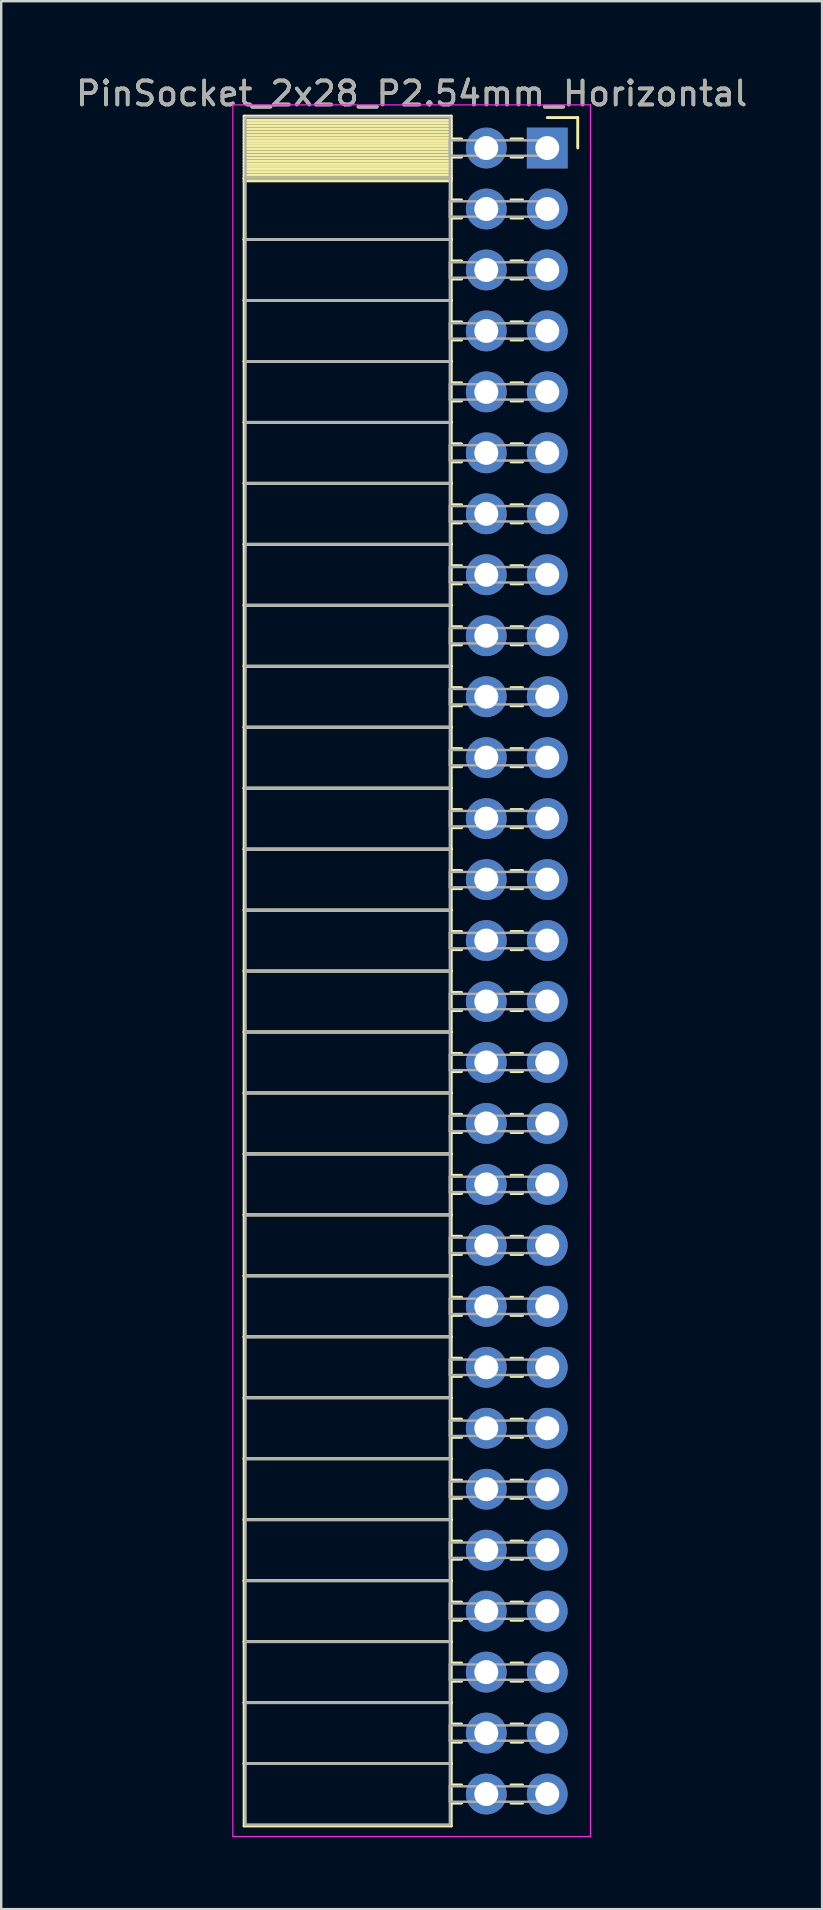
<source format=kicad_pcb>
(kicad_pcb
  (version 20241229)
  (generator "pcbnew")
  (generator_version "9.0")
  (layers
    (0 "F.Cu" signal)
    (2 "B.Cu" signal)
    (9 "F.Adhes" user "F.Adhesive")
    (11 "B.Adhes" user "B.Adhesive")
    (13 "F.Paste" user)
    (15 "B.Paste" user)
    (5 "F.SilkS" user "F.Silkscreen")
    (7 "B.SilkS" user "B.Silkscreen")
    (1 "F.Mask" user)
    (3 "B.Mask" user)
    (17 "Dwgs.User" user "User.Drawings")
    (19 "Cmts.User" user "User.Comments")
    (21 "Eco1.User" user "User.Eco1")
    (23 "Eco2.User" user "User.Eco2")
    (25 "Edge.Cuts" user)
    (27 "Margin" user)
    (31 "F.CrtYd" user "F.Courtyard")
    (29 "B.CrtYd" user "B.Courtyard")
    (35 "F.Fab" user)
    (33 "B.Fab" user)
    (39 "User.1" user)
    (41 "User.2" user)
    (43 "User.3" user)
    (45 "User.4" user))
  (footprint "PinSocket_2x28_P2.54mm_Horizontal"
    (layer "F.Cu")
    (at 19.751 3.118)
    (property "Reference" "PinSocket_2x28_P2.54mm_Horizontal" (at -5.65 -2.27 0) (layer "F.SilkS") (effects (font (size 1 1) (thickness 0.15))))
    (attr through_hole)
    (fp_line (start -12.63 -1.33) (end -4 -1.33) (stroke (width 0.12) (type solid)) (layer "F.SilkS"))
    (fp_line (start -12.63 1.27) (end -12.63 -1.33) (stroke (width 0.12) (type solid)) (layer "F.SilkS"))
    (fp_line (start -12.63 1.27) (end -4 1.27) (stroke (width 0.12) (type solid)) (layer "F.SilkS"))
    (fp_line (start -12.63 3.81) (end -12.63 1.27) (stroke (width 0.12) (type solid)) (layer "F.SilkS"))
    (fp_line (start -12.63 3.81) (end -4 3.81) (stroke (width 0.12) (type solid)) (layer "F.SilkS"))
    (fp_line (start -12.63 6.35) (end -12.63 3.81) (stroke (width 0.12) (type solid)) (layer "F.SilkS"))
    (fp_line (start -12.63 6.35) (end -4 6.35) (stroke (width 0.12) (type solid)) (layer "F.SilkS"))
    (fp_line (start -12.63 8.89) (end -12.63 6.35) (stroke (width 0.12) (type solid)) (layer "F.SilkS"))
    (fp_line (start -12.63 8.89) (end -4 8.89) (stroke (width 0.12) (type solid)) (layer "F.SilkS"))
    (fp_line (start -12.63 11.43) (end -12.63 8.89) (stroke (width 0.12) (type solid)) (layer "F.SilkS"))
    (fp_line (start -12.63 11.43) (end -4 11.43) (stroke (width 0.12) (type solid)) (layer "F.SilkS"))
    (fp_line (start -12.63 13.97) (end -12.63 11.43) (stroke (width 0.12) (type solid)) (layer "F.SilkS"))
    (fp_line (start -12.63 13.97) (end -4 13.97) (stroke (width 0.12) (type solid)) (layer "F.SilkS"))
    (fp_line (start -12.63 16.51) (end -12.63 13.97) (stroke (width 0.12) (type solid)) (layer "F.SilkS"))
    (fp_line (start -12.63 16.51) (end -4 16.51) (stroke (width 0.12) (type solid)) (layer "F.SilkS"))
    (fp_line (start -12.63 19.05) (end -12.63 16.51) (stroke (width 0.12) (type solid)) (layer "F.SilkS"))
    (fp_line (start -12.63 19.05) (end -4 19.05) (stroke (width 0.12) (type solid)) (layer "F.SilkS"))
    (fp_line (start -12.63 21.59) (end -12.63 19.05) (stroke (width 0.12) (type solid)) (layer "F.SilkS"))
    (fp_line (start -12.63 21.59) (end -4 21.59) (stroke (width 0.12) (type solid)) (layer "F.SilkS"))
    (fp_line (start -12.63 24.13) (end -12.63 21.59) (stroke (width 0.12) (type solid)) (layer "F.SilkS"))
    (fp_line (start -12.63 24.13) (end -4 24.13) (stroke (width 0.12) (type solid)) (layer "F.SilkS"))
    (fp_line (start -12.63 26.67) (end -12.63 24.13) (stroke (width 0.12) (type solid)) (layer "F.SilkS"))
    (fp_line (start -12.63 26.67) (end -4 26.67) (stroke (width 0.12) (type solid)) (layer "F.SilkS"))
    (fp_line (start -12.63 29.21) (end -12.63 26.67) (stroke (width 0.12) (type solid)) (layer "F.SilkS"))
    (fp_line (start -12.63 29.21) (end -4 29.21) (stroke (width 0.12) (type solid)) (layer "F.SilkS"))
    (fp_line (start -12.63 31.75) (end -12.63 29.21) (stroke (width 0.12) (type solid)) (layer "F.SilkS"))
    (fp_line (start -12.63 31.75) (end -4 31.75) (stroke (width 0.12) (type solid)) (layer "F.SilkS"))
    (fp_line (start -12.63 34.29) (end -12.63 31.75) (stroke (width 0.12) (type solid)) (layer "F.SilkS"))
    (fp_line (start -12.63 34.29) (end -4 34.29) (stroke (width 0.12) (type solid)) (layer "F.SilkS"))
    (fp_line (start -12.63 36.83) (end -12.63 34.29) (stroke (width 0.12) (type solid)) (layer "F.SilkS"))
    (fp_line (start -12.63 36.83) (end -4 36.83) (stroke (width 0.12) (type solid)) (layer "F.SilkS"))
    (fp_line (start -12.63 39.37) (end -12.63 36.83) (stroke (width 0.12) (type solid)) (layer "F.SilkS"))
    (fp_line (start -12.63 39.37) (end -4 39.37) (stroke (width 0.12) (type solid)) (layer "F.SilkS"))
    (fp_line (start -12.63 41.91) (end -12.63 39.37) (stroke (width 0.12) (type solid)) (layer "F.SilkS"))
    (fp_line (start -12.63 41.91) (end -4 41.91) (stroke (width 0.12) (type solid)) (layer "F.SilkS"))
    (fp_line (start -12.63 44.45) (end -12.63 41.91) (stroke (width 0.12) (type solid)) (layer "F.SilkS"))
    (fp_line (start -12.63 44.45) (end -4 44.45) (stroke (width 0.12) (type solid)) (layer "F.SilkS"))
    (fp_line (start -12.63 46.99) (end -12.63 44.45) (stroke (width 0.12) (type solid)) (layer "F.SilkS"))
    (fp_line (start -12.63 46.99) (end -4 46.99) (stroke (width 0.12) (type solid)) (layer "F.SilkS"))
    (fp_line (start -12.63 49.53) (end -12.63 46.99) (stroke (width 0.12) (type solid)) (layer "F.SilkS"))
    (fp_line (start -12.63 49.53) (end -4 49.53) (stroke (width 0.12) (type solid)) (layer "F.SilkS"))
    (fp_line (start -12.63 52.07) (end -12.63 49.53) (stroke (width 0.12) (type solid)) (layer "F.SilkS"))
    (fp_line (start -12.63 52.07) (end -4 52.07) (stroke (width 0.12) (type solid)) (layer "F.SilkS"))
    (fp_line (start -12.63 54.61) (end -12.63 52.07) (stroke (width 0.12) (type solid)) (layer "F.SilkS"))
    (fp_line (start -12.63 54.61) (end -4 54.61) (stroke (width 0.12) (type solid)) (layer "F.SilkS"))
    (fp_line (start -12.63 57.15) (end -12.63 54.61) (stroke (width 0.12) (type solid)) (layer "F.SilkS"))
    (fp_line (start -12.63 57.15) (end -4 57.15) (stroke (width 0.12) (type solid)) (layer "F.SilkS"))
    (fp_line (start -12.63 59.69) (end -12.63 57.15) (stroke (width 0.12) (type solid)) (layer "F.SilkS"))
    (fp_line (start -12.63 59.69) (end -4 59.69) (stroke (width 0.12) (type solid)) (layer "F.SilkS"))
    (fp_line (start -12.63 62.23) (end -12.63 59.69) (stroke (width 0.12) (type solid)) (layer "F.SilkS"))
    (fp_line (start -12.63 62.23) (end -4 62.23) (stroke (width 0.12) (type solid)) (layer "F.SilkS"))
    (fp_line (start -12.63 64.77) (end -12.63 62.23) (stroke (width 0.12) (type solid)) (layer "F.SilkS"))
    (fp_line (start -12.63 64.77) (end -4 64.77) (stroke (width 0.12) (type solid)) (layer "F.SilkS"))
    (fp_line (start -12.63 67.31) (end -12.63 64.77) (stroke (width 0.12) (type solid)) (layer "F.SilkS"))
    (fp_line (start -12.63 67.31) (end -4 67.31) (stroke (width 0.12) (type solid)) (layer "F.SilkS"))
    (fp_line (start -12.63 69.91) (end -12.63 67.31) (stroke (width 0.12) (type solid)) (layer "F.SilkS"))
    (fp_line (start -4 -1.33) (end -4 1.27) (stroke (width 0.12) (type solid)) (layer "F.SilkS"))
    (fp_line (start -4 -1.15) (end -12.63 -1.15) (stroke (width 0.12) (type solid)) (layer "F.SilkS"))
    (fp_line (start -4 -1.03) (end -12.63 -1.03) (stroke (width 0.12) (type solid)) (layer "F.SilkS"))
    (fp_line (start -4 -0.91) (end -12.63 -0.91) (stroke (width 0.12) (type solid)) (layer "F.SilkS"))
    (fp_line (start -4 -0.79) (end -12.63 -0.79) (stroke (width 0.12) (type solid)) (layer "F.SilkS"))
    (fp_line (start -4 -0.67) (end -12.63 -0.67) (stroke (width 0.12) (type solid)) (layer "F.SilkS"))
    (fp_line (start -4 -0.55) (end -12.63 -0.55) (stroke (width 0.12) (type solid)) (layer "F.SilkS"))
    (fp_line (start -4 -0.43) (end -12.63 -0.43) (stroke (width 0.12) (type solid)) (layer "F.SilkS"))
    (fp_line (start -4 -0.31) (end -12.63 -0.31) (stroke (width 0.12) (type solid)) (layer "F.SilkS"))
    (fp_line (start -4 -0.19) (end -12.63 -0.19) (stroke (width 0.12) (type solid)) (layer "F.SilkS"))
    (fp_line (start -4 -0.07) (end -12.63 -0.07) (stroke (width 0.12) (type solid)) (layer "F.SilkS"))
    (fp_line (start -4 0.05) (end -12.63 0.05) (stroke (width 0.12) (type solid)) (layer "F.SilkS"))
    (fp_line (start -4 0.17) (end -12.63 0.17) (stroke (width 0.12) (type solid)) (layer "F.SilkS"))
    (fp_line (start -4 0.29) (end -12.63 0.29) (stroke (width 0.12) (type solid)) (layer "F.SilkS"))
    (fp_line (start -4 0.41) (end -12.63 0.41) (stroke (width 0.12) (type solid)) (layer "F.SilkS"))
    (fp_line (start -4 0.53) (end -12.63 0.53) (stroke (width 0.12) (type solid)) (layer "F.SilkS"))
    (fp_line (start -4 0.65) (end -12.63 0.65) (stroke (width 0.12) (type solid)) (layer "F.SilkS"))
    (fp_line (start -4 0.77) (end -12.63 0.77) (stroke (width 0.12) (type solid)) (layer "F.SilkS"))
    (fp_line (start -4 0.89) (end -12.63 0.89) (stroke (width 0.12) (type solid)) (layer "F.SilkS"))
    (fp_line (start -4 1.01) (end -12.63 1.01) (stroke (width 0.12) (type solid)) (layer "F.SilkS"))
    (fp_line (start -4 1.13) (end -12.63 1.13) (stroke (width 0.12) (type solid)) (layer "F.SilkS"))
    (fp_line (start -4 1.25) (end -12.63 1.25) (stroke (width 0.12) (type solid)) (layer "F.SilkS"))
    (fp_line (start -4 1.27) (end -12.63 1.27) (stroke (width 0.12) (type solid)) (layer "F.SilkS"))
    (fp_line (start -4 1.27) (end -4 3.81) (stroke (width 0.12) (type solid)) (layer "F.SilkS"))
    (fp_line (start -4 1.37) (end -12.63 1.37) (stroke (width 0.12) (type solid)) (layer "F.SilkS"))
    (fp_line (start -4 3.81) (end -12.63 3.81) (stroke (width 0.12) (type solid)) (layer "F.SilkS"))
    (fp_line (start -4 3.81) (end -4 6.35) (stroke (width 0.12) (type solid)) (layer "F.SilkS"))
    (fp_line (start -4 6.35) (end -12.63 6.35) (stroke (width 0.12) (type solid)) (layer "F.SilkS"))
    (fp_line (start -4 6.35) (end -4 8.89) (stroke (width 0.12) (type solid)) (layer "F.SilkS"))
    (fp_line (start -4 8.89) (end -12.63 8.89) (stroke (width 0.12) (type solid)) (layer "F.SilkS"))
    (fp_line (start -4 8.89) (end -4 11.43) (stroke (width 0.12) (type solid)) (layer "F.SilkS"))
    (fp_line (start -4 11.43) (end -12.63 11.43) (stroke (width 0.12) (type solid)) (layer "F.SilkS"))
    (fp_line (start -4 11.43) (end -4 13.97) (stroke (width 0.12) (type solid)) (layer "F.SilkS"))
    (fp_line (start -4 13.97) (end -12.63 13.97) (stroke (width 0.12) (type solid)) (layer "F.SilkS"))
    (fp_line (start -4 13.97) (end -4 16.51) (stroke (width 0.12) (type solid)) (layer "F.SilkS"))
    (fp_line (start -4 16.51) (end -12.63 16.51) (stroke (width 0.12) (type solid)) (layer "F.SilkS"))
    (fp_line (start -4 16.51) (end -4 19.05) (stroke (width 0.12) (type solid)) (layer "F.SilkS"))
    (fp_line (start -4 19.05) (end -12.63 19.05) (stroke (width 0.12) (type solid)) (layer "F.SilkS"))
    (fp_line (start -4 19.05) (end -4 21.59) (stroke (width 0.12) (type solid)) (layer "F.SilkS"))
    (fp_line (start -4 21.59) (end -12.63 21.59) (stroke (width 0.12) (type solid)) (layer "F.SilkS"))
    (fp_line (start -4 21.59) (end -4 24.13) (stroke (width 0.12) (type solid)) (layer "F.SilkS"))
    (fp_line (start -4 24.13) (end -12.63 24.13) (stroke (width 0.12) (type solid)) (layer "F.SilkS"))
    (fp_line (start -4 24.13) (end -4 26.67) (stroke (width 0.12) (type solid)) (layer "F.SilkS"))
    (fp_line (start -4 26.67) (end -12.63 26.67) (stroke (width 0.12) (type solid)) (layer "F.SilkS"))
    (fp_line (start -4 26.67) (end -4 29.21) (stroke (width 0.12) (type solid)) (layer "F.SilkS"))
    (fp_line (start -4 29.21) (end -12.63 29.21) (stroke (width 0.12) (type solid)) (layer "F.SilkS"))
    (fp_line (start -4 29.21) (end -4 31.75) (stroke (width 0.12) (type solid)) (layer "F.SilkS"))
    (fp_line (start -4 31.75) (end -12.63 31.75) (stroke (width 0.12) (type solid)) (layer "F.SilkS"))
    (fp_line (start -4 31.75) (end -4 34.29) (stroke (width 0.12) (type solid)) (layer "F.SilkS"))
    (fp_line (start -4 34.29) (end -12.63 34.29) (stroke (width 0.12) (type solid)) (layer "F.SilkS"))
    (fp_line (start -4 34.29) (end -4 36.83) (stroke (width 0.12) (type solid)) (layer "F.SilkS"))
    (fp_line (start -4 36.83) (end -12.63 36.83) (stroke (width 0.12) (type solid)) (layer "F.SilkS"))
    (fp_line (start -4 36.83) (end -4 39.37) (stroke (width 0.12) (type solid)) (layer "F.SilkS"))
    (fp_line (start -4 39.37) (end -12.63 39.37) (stroke (width 0.12) (type solid)) (layer "F.SilkS"))
    (fp_line (start -4 39.37) (end -4 41.91) (stroke (width 0.12) (type solid)) (layer "F.SilkS"))
    (fp_line (start -4 41.91) (end -12.63 41.91) (stroke (width 0.12) (type solid)) (layer "F.SilkS"))
    (fp_line (start -4 41.91) (end -4 44.45) (stroke (width 0.12) (type solid)) (layer "F.SilkS"))
    (fp_line (start -4 44.45) (end -12.63 44.45) (stroke (width 0.12) (type solid)) (layer "F.SilkS"))
    (fp_line (start -4 44.45) (end -4 46.99) (stroke (width 0.12) (type solid)) (layer "F.SilkS"))
    (fp_line (start -4 46.99) (end -12.63 46.99) (stroke (width 0.12) (type solid)) (layer "F.SilkS"))
    (fp_line (start -4 46.99) (end -4 49.53) (stroke (width 0.12) (type solid)) (layer "F.SilkS"))
    (fp_line (start -4 49.53) (end -12.63 49.53) (stroke (width 0.12) (type solid)) (layer "F.SilkS"))
    (fp_line (start -4 49.53) (end -4 52.07) (stroke (width 0.12) (type solid)) (layer "F.SilkS"))
    (fp_line (start -4 52.07) (end -12.63 52.07) (stroke (width 0.12) (type solid)) (layer "F.SilkS"))
    (fp_line (start -4 52.07) (end -4 54.61) (stroke (width 0.12) (type solid)) (layer "F.SilkS"))
    (fp_line (start -4 54.61) (end -12.63 54.61) (stroke (width 0.12) (type solid)) (layer "F.SilkS"))
    (fp_line (start -4 54.61) (end -4 57.15) (stroke (width 0.12) (type solid)) (layer "F.SilkS"))
    (fp_line (start -4 57.15) (end -12.63 57.15) (stroke (width 0.12) (type solid)) (layer "F.SilkS"))
    (fp_line (start -4 57.15) (end -4 59.69) (stroke (width 0.12) (type solid)) (layer "F.SilkS"))
    (fp_line (start -4 59.69) (end -12.63 59.69) (stroke (width 0.12) (type solid)) (layer "F.SilkS"))
    (fp_line (start -4 59.69) (end -4 62.23) (stroke (width 0.12) (type solid)) (layer "F.SilkS"))
    (fp_line (start -4 62.23) (end -12.63 62.23) (stroke (width 0.12) (type solid)) (layer "F.SilkS"))
    (fp_line (start -4 62.23) (end -4 64.77) (stroke (width 0.12) (type solid)) (layer "F.SilkS"))
    (fp_line (start -4 64.77) (end -12.63 64.77) (stroke (width 0.12) (type solid)) (layer "F.SilkS"))
    (fp_line (start -4 64.77) (end -4 67.31) (stroke (width 0.12) (type solid)) (layer "F.SilkS"))
    (fp_line (start -4 67.31) (end -12.63 67.31) (stroke (width 0.12) (type solid)) (layer "F.SilkS"))
    (fp_line (start -4 67.31) (end -4 69.91) (stroke (width 0.12) (type solid)) (layer "F.SilkS"))
    (fp_line (start -4 69.91) (end -12.63 69.91) (stroke (width 0.12) (type solid)) (layer "F.SilkS"))
    (fp_line (start -3.57 -0.38) (end -4 -0.38) (stroke (width 0.12) (type solid)) (layer "F.SilkS"))
    (fp_line (start -3.57 0.38) (end -4 0.38) (stroke (width 0.12) (type solid)) (layer "F.SilkS"))
    (fp_line (start -3.57 2.16) (end -4 2.16) (stroke (width 0.12) (type solid)) (layer "F.SilkS"))
    (fp_line (start -3.57 2.92) (end -4 2.92) (stroke (width 0.12) (type solid)) (layer "F.SilkS"))
    (fp_line (start -3.57 4.7) (end -4 4.7) (stroke (width 0.12) (type solid)) (layer "F.SilkS"))
    (fp_line (start -3.57 5.46) (end -4 5.46) (stroke (width 0.12) (type solid)) (layer "F.SilkS"))
    (fp_line (start -3.57 7.24) (end -4 7.24) (stroke (width 0.12) (type solid)) (layer "F.SilkS"))
    (fp_line (start -3.57 8) (end -4 8) (stroke (width 0.12) (type solid)) (layer "F.SilkS"))
    (fp_line (start -3.57 9.78) (end -4 9.78) (stroke (width 0.12) (type solid)) (layer "F.SilkS"))
    (fp_line (start -3.57 10.54) (end -4 10.54) (stroke (width 0.12) (type solid)) (layer "F.SilkS"))
    (fp_line (start -3.57 12.32) (end -4 12.32) (stroke (width 0.12) (type solid)) (layer "F.SilkS"))
    (fp_line (start -3.57 13.08) (end -4 13.08) (stroke (width 0.12) (type solid)) (layer "F.SilkS"))
    (fp_line (start -3.57 14.86) (end -4 14.86) (stroke (width 0.12) (type solid)) (layer "F.SilkS"))
    (fp_line (start -3.57 15.62) (end -4 15.62) (stroke (width 0.12) (type solid)) (layer "F.SilkS"))
    (fp_line (start -3.57 17.4) (end -4 17.4) (stroke (width 0.12) (type solid)) (layer "F.SilkS"))
    (fp_line (start -3.57 18.16) (end -4 18.16) (stroke (width 0.12) (type solid)) (layer "F.SilkS"))
    (fp_line (start -3.57 19.94) (end -4 19.94) (stroke (width 0.12) (type solid)) (layer "F.SilkS"))
    (fp_line (start -3.57 20.7) (end -4 20.7) (stroke (width 0.12) (type solid)) (layer "F.SilkS"))
    (fp_line (start -3.57 22.48) (end -4 22.48) (stroke (width 0.12) (type solid)) (layer "F.SilkS"))
    (fp_line (start -3.57 23.24) (end -4 23.24) (stroke (width 0.12) (type solid)) (layer "F.SilkS"))
    (fp_line (start -3.57 25.02) (end -4 25.02) (stroke (width 0.12) (type solid)) (layer "F.SilkS"))
    (fp_line (start -3.57 25.78) (end -4 25.78) (stroke (width 0.12) (type solid)) (layer "F.SilkS"))
    (fp_line (start -3.57 27.56) (end -4 27.56) (stroke (width 0.12) (type solid)) (layer "F.SilkS"))
    (fp_line (start -3.57 28.32) (end -4 28.32) (stroke (width 0.12) (type solid)) (layer "F.SilkS"))
    (fp_line (start -3.57 30.1) (end -4 30.1) (stroke (width 0.12) (type solid)) (layer "F.SilkS"))
    (fp_line (start -3.57 30.86) (end -4 30.86) (stroke (width 0.12) (type solid)) (layer "F.SilkS"))
    (fp_line (start -3.57 32.64) (end -4 32.64) (stroke (width 0.12) (type solid)) (layer "F.SilkS"))
    (fp_line (start -3.57 33.4) (end -4 33.4) (stroke (width 0.12) (type solid)) (layer "F.SilkS"))
    (fp_line (start -3.57 35.18) (end -4 35.18) (stroke (width 0.12) (type solid)) (layer "F.SilkS"))
    (fp_line (start -3.57 35.94) (end -4 35.94) (stroke (width 0.12) (type solid)) (layer "F.SilkS"))
    (fp_line (start -3.57 37.72) (end -4 37.72) (stroke (width 0.12) (type solid)) (layer "F.SilkS"))
    (fp_line (start -3.57 38.48) (end -4 38.48) (stroke (width 0.12) (type solid)) (layer "F.SilkS"))
    (fp_line (start -3.57 40.26) (end -4 40.26) (stroke (width 0.12) (type solid)) (layer "F.SilkS"))
    (fp_line (start -3.57 41.02) (end -4 41.02) (stroke (width 0.12) (type solid)) (layer "F.SilkS"))
    (fp_line (start -3.57 42.8) (end -4 42.8) (stroke (width 0.12) (type solid)) (layer "F.SilkS"))
    (fp_line (start -3.57 43.56) (end -4 43.56) (stroke (width 0.12) (type solid)) (layer "F.SilkS"))
    (fp_line (start -3.57 45.34) (end -4 45.34) (stroke (width 0.12) (type solid)) (layer "F.SilkS"))
    (fp_line (start -3.57 46.1) (end -4 46.1) (stroke (width 0.12) (type solid)) (layer "F.SilkS"))
    (fp_line (start -3.57 47.88) (end -4 47.88) (stroke (width 0.12) (type solid)) (layer "F.SilkS"))
    (fp_line (start -3.57 48.64) (end -4 48.64) (stroke (width 0.12) (type solid)) (layer "F.SilkS"))
    (fp_line (start -3.57 50.42) (end -4 50.42) (stroke (width 0.12) (type solid)) (layer "F.SilkS"))
    (fp_line (start -3.57 51.18) (end -4 51.18) (stroke (width 0.12) (type solid)) (layer "F.SilkS"))
    (fp_line (start -3.57 52.96) (end -4 52.96) (stroke (width 0.12) (type solid)) (layer "F.SilkS"))
    (fp_line (start -3.57 53.72) (end -4 53.72) (stroke (width 0.12) (type solid)) (layer "F.SilkS"))
    (fp_line (start -3.57 55.5) (end -4 55.5) (stroke (width 0.12) (type solid)) (layer "F.SilkS"))
    (fp_line (start -3.57 56.26) (end -4 56.26) (stroke (width 0.12) (type solid)) (layer "F.SilkS"))
    (fp_line (start -3.57 58.04) (end -4 58.04) (stroke (width 0.12) (type solid)) (layer "F.SilkS"))
    (fp_line (start -3.57 58.8) (end -4 58.8) (stroke (width 0.12) (type solid)) (layer "F.SilkS"))
    (fp_line (start -3.57 60.58) (end -4 60.58) (stroke (width 0.12) (type solid)) (layer "F.SilkS"))
    (fp_line (start -3.57 61.34) (end -4 61.34) (stroke (width 0.12) (type solid)) (layer "F.SilkS"))
    (fp_line (start -3.57 63.12) (end -4 63.12) (stroke (width 0.12) (type solid)) (layer "F.SilkS"))
    (fp_line (start -3.57 63.88) (end -4 63.88) (stroke (width 0.12) (type solid)) (layer "F.SilkS"))
    (fp_line (start -3.57 65.66) (end -4 65.66) (stroke (width 0.12) (type solid)) (layer "F.SilkS"))
    (fp_line (start -3.57 66.42) (end -4 66.42) (stroke (width 0.12) (type solid)) (layer "F.SilkS"))
    (fp_line (start -3.57 68.2) (end -4 68.2) (stroke (width 0.12) (type solid)) (layer "F.SilkS"))
    (fp_line (start -3.57 68.96) (end -4 68.96) (stroke (width 0.12) (type solid)) (layer "F.SilkS"))
    (fp_line (start -1.03 -0.38) (end -1.51 -0.38) (stroke (width 0.12) (type solid)) (layer "F.SilkS"))
    (fp_line (start -1.03 0.38) (end -1.51 0.38) (stroke (width 0.12) (type solid)) (layer "F.SilkS"))
    (fp_line (start -1.03 2.16) (end -1.51 2.16) (stroke (width 0.12) (type solid)) (layer "F.SilkS"))
    (fp_line (start -1.03 2.92) (end -1.51 2.92) (stroke (width 0.12) (type solid)) (layer "F.SilkS"))
    (fp_line (start -1.03 4.7) (end -1.51 4.7) (stroke (width 0.12) (type solid)) (layer "F.SilkS"))
    (fp_line (start -1.03 5.46) (end -1.51 5.46) (stroke (width 0.12) (type solid)) (layer "F.SilkS"))
    (fp_line (start -1.03 7.24) (end -1.51 7.24) (stroke (width 0.12) (type solid)) (layer "F.SilkS"))
    (fp_line (start -1.03 8) (end -1.51 8) (stroke (width 0.12) (type solid)) (layer "F.SilkS"))
    (fp_line (start -1.03 9.78) (end -1.51 9.78) (stroke (width 0.12) (type solid)) (layer "F.SilkS"))
    (fp_line (start -1.03 10.54) (end -1.51 10.54) (stroke (width 0.12) (type solid)) (layer "F.SilkS"))
    (fp_line (start -1.03 12.32) (end -1.51 12.32) (stroke (width 0.12) (type solid)) (layer "F.SilkS"))
    (fp_line (start -1.03 13.08) (end -1.51 13.08) (stroke (width 0.12) (type solid)) (layer "F.SilkS"))
    (fp_line (start -1.03 14.86) (end -1.51 14.86) (stroke (width 0.12) (type solid)) (layer "F.SilkS"))
    (fp_line (start -1.03 15.62) (end -1.51 15.62) (stroke (width 0.12) (type solid)) (layer "F.SilkS"))
    (fp_line (start -1.03 17.4) (end -1.51 17.4) (stroke (width 0.12) (type solid)) (layer "F.SilkS"))
    (fp_line (start -1.03 18.16) (end -1.51 18.16) (stroke (width 0.12) (type solid)) (layer "F.SilkS"))
    (fp_line (start -1.03 19.94) (end -1.51 19.94) (stroke (width 0.12) (type solid)) (layer "F.SilkS"))
    (fp_line (start -1.03 20.7) (end -1.51 20.7) (stroke (width 0.12) (type solid)) (layer "F.SilkS"))
    (fp_line (start -1.03 22.48) (end -1.51 22.48) (stroke (width 0.12) (type solid)) (layer "F.SilkS"))
    (fp_line (start -1.03 23.24) (end -1.51 23.24) (stroke (width 0.12) (type solid)) (layer "F.SilkS"))
    (fp_line (start -1.03 25.02) (end -1.51 25.02) (stroke (width 0.12) (type solid)) (layer "F.SilkS"))
    (fp_line (start -1.03 25.78) (end -1.51 25.78) (stroke (width 0.12) (type solid)) (layer "F.SilkS"))
    (fp_line (start -1.03 27.56) (end -1.51 27.56) (stroke (width 0.12) (type solid)) (layer "F.SilkS"))
    (fp_line (start -1.03 28.32) (end -1.51 28.32) (stroke (width 0.12) (type solid)) (layer "F.SilkS"))
    (fp_line (start -1.03 30.1) (end -1.51 30.1) (stroke (width 0.12) (type solid)) (layer "F.SilkS"))
    (fp_line (start -1.03 30.86) (end -1.51 30.86) (stroke (width 0.12) (type solid)) (layer "F.SilkS"))
    (fp_line (start -1.03 32.64) (end -1.51 32.64) (stroke (width 0.12) (type solid)) (layer "F.SilkS"))
    (fp_line (start -1.03 33.4) (end -1.51 33.4) (stroke (width 0.12) (type solid)) (layer "F.SilkS"))
    (fp_line (start -1.03 35.18) (end -1.51 35.18) (stroke (width 0.12) (type solid)) (layer "F.SilkS"))
    (fp_line (start -1.03 35.94) (end -1.51 35.94) (stroke (width 0.12) (type solid)) (layer "F.SilkS"))
    (fp_line (start -1.03 37.72) (end -1.51 37.72) (stroke (width 0.12) (type solid)) (layer "F.SilkS"))
    (fp_line (start -1.03 38.48) (end -1.51 38.48) (stroke (width 0.12) (type solid)) (layer "F.SilkS"))
    (fp_line (start -1.03 40.26) (end -1.51 40.26) (stroke (width 0.12) (type solid)) (layer "F.SilkS"))
    (fp_line (start -1.03 41.02) (end -1.51 41.02) (stroke (width 0.12) (type solid)) (layer "F.SilkS"))
    (fp_line (start -1.03 42.8) (end -1.51 42.8) (stroke (width 0.12) (type solid)) (layer "F.SilkS"))
    (fp_line (start -1.03 43.56) (end -1.51 43.56) (stroke (width 0.12) (type solid)) (layer "F.SilkS"))
    (fp_line (start -1.03 45.34) (end -1.51 45.34) (stroke (width 0.12) (type solid)) (layer "F.SilkS"))
    (fp_line (start -1.03 46.1) (end -1.51 46.1) (stroke (width 0.12) (type solid)) (layer "F.SilkS"))
    (fp_line (start -1.03 47.88) (end -1.51 47.88) (stroke (width 0.12) (type solid)) (layer "F.SilkS"))
    (fp_line (start -1.03 48.64) (end -1.51 48.64) (stroke (width 0.12) (type solid)) (layer "F.SilkS"))
    (fp_line (start -1.03 50.42) (end -1.51 50.42) (stroke (width 0.12) (type solid)) (layer "F.SilkS"))
    (fp_line (start -1.03 51.18) (end -1.51 51.18) (stroke (width 0.12) (type solid)) (layer "F.SilkS"))
    (fp_line (start -1.03 52.96) (end -1.51 52.96) (stroke (width 0.12) (type solid)) (layer "F.SilkS"))
    (fp_line (start -1.03 53.72) (end -1.51 53.72) (stroke (width 0.12) (type solid)) (layer "F.SilkS"))
    (fp_line (start -1.03 55.5) (end -1.51 55.5) (stroke (width 0.12) (type solid)) (layer "F.SilkS"))
    (fp_line (start -1.03 56.26) (end -1.51 56.26) (stroke (width 0.12) (type solid)) (layer "F.SilkS"))
    (fp_line (start -1.03 58.04) (end -1.51 58.04) (stroke (width 0.12) (type solid)) (layer "F.SilkS"))
    (fp_line (start -1.03 58.8) (end -1.51 58.8) (stroke (width 0.12) (type solid)) (layer "F.SilkS"))
    (fp_line (start -1.03 60.58) (end -1.51 60.58) (stroke (width 0.12) (type solid)) (layer "F.SilkS"))
    (fp_line (start -1.03 61.34) (end -1.51 61.34) (stroke (width 0.12) (type solid)) (layer "F.SilkS"))
    (fp_line (start -1.03 63.12) (end -1.51 63.12) (stroke (width 0.12) (type solid)) (layer "F.SilkS"))
    (fp_line (start -1.03 63.88) (end -1.51 63.88) (stroke (width 0.12) (type solid)) (layer "F.SilkS"))
    (fp_line (start -1.03 65.66) (end -1.51 65.66) (stroke (width 0.12) (type solid)) (layer "F.SilkS"))
    (fp_line (start -1.03 66.42) (end -1.51 66.42) (stroke (width 0.12) (type solid)) (layer "F.SilkS"))
    (fp_line (start -1.03 68.2) (end -1.51 68.2) (stroke (width 0.12) (type solid)) (layer "F.SilkS"))
    (fp_line (start -1.03 68.96) (end -1.51 68.96) (stroke (width 0.12) (type solid)) (layer "F.SilkS"))
    (fp_line (start 0 -1.27) (end 1.27 -1.27) (stroke (width 0.12) (type solid)) (layer "F.SilkS"))
    (fp_line (start 1.27 -1.27) (end 1.27 0) (stroke (width 0.12) (type solid)) (layer "F.SilkS"))
    (fp_line (start -13.1 -1.8) (end 1.8 -1.8) (stroke (width 0.05) (type solid)) (layer "F.CrtYd"))
    (fp_line (start -13.1 70.35) (end -13.1 -1.8) (stroke (width 0.05) (type solid)) (layer "F.CrtYd"))
    (fp_line (start 1.8 -1.8) (end 1.8 70.35) (stroke (width 0.05) (type solid)) (layer "F.CrtYd"))
    (fp_line (start 1.8 70.35) (end -13.1 70.35) (stroke (width 0.05) (type solid)) (layer "F.CrtYd"))
    (fp_line (start -12.57 -1.27) (end -4.06 -1.27) (stroke (width 0.1) (type solid)) (layer "F.Fab"))
    (fp_line (start -12.57 1.27) (end -12.57 -1.27) (stroke (width 0.1) (type solid)) (layer "F.Fab"))
    (fp_line (start -12.57 1.27) (end -4.06 1.27) (stroke (width 0.1) (type solid)) (layer "F.Fab"))
    (fp_line (start -12.57 3.81) (end -12.57 1.27) (stroke (width 0.1) (type solid)) (layer "F.Fab"))
    (fp_line (start -12.57 3.81) (end -4.06 3.81) (stroke (width 0.1) (type solid)) (layer "F.Fab"))
    (fp_line (start -12.57 6.35) (end -12.57 3.81) (stroke (width 0.1) (type solid)) (layer "F.Fab"))
    (fp_line (start -12.57 6.35) (end -4.06 6.35) (stroke (width 0.1) (type solid)) (layer "F.Fab"))
    (fp_line (start -12.57 8.89) (end -12.57 6.35) (stroke (width 0.1) (type solid)) (layer "F.Fab"))
    (fp_line (start -12.57 8.89) (end -4.06 8.89) (stroke (width 0.1) (type solid)) (layer "F.Fab"))
    (fp_line (start -12.57 11.43) (end -12.57 8.89) (stroke (width 0.1) (type solid)) (layer "F.Fab"))
    (fp_line (start -12.57 11.43) (end -4.06 11.43) (stroke (width 0.1) (type solid)) (layer "F.Fab"))
    (fp_line (start -12.57 13.97) (end -12.57 11.43) (stroke (width 0.1) (type solid)) (layer "F.Fab"))
    (fp_line (start -12.57 13.97) (end -4.06 13.97) (stroke (width 0.1) (type solid)) (layer "F.Fab"))
    (fp_line (start -12.57 16.51) (end -12.57 13.97) (stroke (width 0.1) (type solid)) (layer "F.Fab"))
    (fp_line (start -12.57 16.51) (end -4.06 16.51) (stroke (width 0.1) (type solid)) (layer "F.Fab"))
    (fp_line (start -12.57 19.05) (end -12.57 16.51) (stroke (width 0.1) (type solid)) (layer "F.Fab"))
    (fp_line (start -12.57 19.05) (end -4.06 19.05) (stroke (width 0.1) (type solid)) (layer "F.Fab"))
    (fp_line (start -12.57 21.59) (end -12.57 19.05) (stroke (width 0.1) (type solid)) (layer "F.Fab"))
    (fp_line (start -12.57 21.59) (end -4.06 21.59) (stroke (width 0.1) (type solid)) (layer "F.Fab"))
    (fp_line (start -12.57 24.13) (end -12.57 21.59) (stroke (width 0.1) (type solid)) (layer "F.Fab"))
    (fp_line (start -12.57 24.13) (end -4.06 24.13) (stroke (width 0.1) (type solid)) (layer "F.Fab"))
    (fp_line (start -12.57 26.67) (end -12.57 24.13) (stroke (width 0.1) (type solid)) (layer "F.Fab"))
    (fp_line (start -12.57 26.67) (end -4.06 26.67) (stroke (width 0.1) (type solid)) (layer "F.Fab"))
    (fp_line (start -12.57 29.21) (end -12.57 26.67) (stroke (width 0.1) (type solid)) (layer "F.Fab"))
    (fp_line (start -12.57 29.21) (end -4.06 29.21) (stroke (width 0.1) (type solid)) (layer "F.Fab"))
    (fp_line (start -12.57 31.75) (end -12.57 29.21) (stroke (width 0.1) (type solid)) (layer "F.Fab"))
    (fp_line (start -12.57 31.75) (end -4.06 31.75) (stroke (width 0.1) (type solid)) (layer "F.Fab"))
    (fp_line (start -12.57 34.29) (end -12.57 31.75) (stroke (width 0.1) (type solid)) (layer "F.Fab"))
    (fp_line (start -12.57 34.29) (end -4.06 34.29) (stroke (width 0.1) (type solid)) (layer "F.Fab"))
    (fp_line (start -12.57 36.83) (end -12.57 34.29) (stroke (width 0.1) (type solid)) (layer "F.Fab"))
    (fp_line (start -12.57 36.83) (end -4.06 36.83) (stroke (width 0.1) (type solid)) (layer "F.Fab"))
    (fp_line (start -12.57 39.37) (end -12.57 36.83) (stroke (width 0.1) (type solid)) (layer "F.Fab"))
    (fp_line (start -12.57 39.37) (end -4.06 39.37) (stroke (width 0.1) (type solid)) (layer "F.Fab"))
    (fp_line (start -12.57 41.91) (end -12.57 39.37) (stroke (width 0.1) (type solid)) (layer "F.Fab"))
    (fp_line (start -12.57 41.91) (end -4.06 41.91) (stroke (width 0.1) (type solid)) (layer "F.Fab"))
    (fp_line (start -12.57 44.45) (end -12.57 41.91) (stroke (width 0.1) (type solid)) (layer "F.Fab"))
    (fp_line (start -12.57 44.45) (end -4.06 44.45) (stroke (width 0.1) (type solid)) (layer "F.Fab"))
    (fp_line (start -12.57 46.99) (end -12.57 44.45) (stroke (width 0.1) (type solid)) (layer "F.Fab"))
    (fp_line (start -12.57 46.99) (end -4.06 46.99) (stroke (width 0.1) (type solid)) (layer "F.Fab"))
    (fp_line (start -12.57 49.53) (end -12.57 46.99) (stroke (width 0.1) (type solid)) (layer "F.Fab"))
    (fp_line (start -12.57 49.53) (end -4.06 49.53) (stroke (width 0.1) (type solid)) (layer "F.Fab"))
    (fp_line (start -12.57 52.07) (end -12.57 49.53) (stroke (width 0.1) (type solid)) (layer "F.Fab"))
    (fp_line (start -12.57 52.07) (end -4.06 52.07) (stroke (width 0.1) (type solid)) (layer "F.Fab"))
    (fp_line (start -12.57 54.61) (end -12.57 52.07) (stroke (width 0.1) (type solid)) (layer "F.Fab"))
    (fp_line (start -12.57 54.61) (end -4.06 54.61) (stroke (width 0.1) (type solid)) (layer "F.Fab"))
    (fp_line (start -12.57 57.15) (end -12.57 54.61) (stroke (width 0.1) (type solid)) (layer "F.Fab"))
    (fp_line (start -12.57 57.15) (end -4.06 57.15) (stroke (width 0.1) (type solid)) (layer "F.Fab"))
    (fp_line (start -12.57 59.69) (end -12.57 57.15) (stroke (width 0.1) (type solid)) (layer "F.Fab"))
    (fp_line (start -12.57 59.69) (end -4.06 59.69) (stroke (width 0.1) (type solid)) (layer "F.Fab"))
    (fp_line (start -12.57 62.23) (end -12.57 59.69) (stroke (width 0.1) (type solid)) (layer "F.Fab"))
    (fp_line (start -12.57 62.23) (end -4.06 62.23) (stroke (width 0.1) (type solid)) (layer "F.Fab"))
    (fp_line (start -12.57 64.77) (end -12.57 62.23) (stroke (width 0.1) (type solid)) (layer "F.Fab"))
    (fp_line (start -12.57 64.77) (end -4.06 64.77) (stroke (width 0.1) (type solid)) (layer "F.Fab"))
    (fp_line (start -12.57 67.31) (end -12.57 64.77) (stroke (width 0.1) (type solid)) (layer "F.Fab"))
    (fp_line (start -12.57 67.31) (end -4.06 67.31) (stroke (width 0.1) (type solid)) (layer "F.Fab"))
    (fp_line (start -12.57 69.85) (end -12.57 67.31) (stroke (width 0.1) (type solid)) (layer "F.Fab"))
    (fp_line (start -4.06 -1.27) (end -4.06 1.27) (stroke (width 0.1) (type solid)) (layer "F.Fab"))
    (fp_line (start -4.06 -0.32) (end 0 -0.32) (stroke (width 0.1) (type solid)) (layer "F.Fab"))
    (fp_line (start -4.06 0.32) (end -4.06 -0.32) (stroke (width 0.1) (type solid)) (layer "F.Fab"))
    (fp_line (start -4.06 1.27) (end -12.57 1.27) (stroke (width 0.1) (type solid)) (layer "F.Fab"))
    (fp_line (start -4.06 1.27) (end -4.06 3.81) (stroke (width 0.1) (type solid)) (layer "F.Fab"))
    (fp_line (start -4.06 2.22) (end 0 2.22) (stroke (width 0.1) (type solid)) (layer "F.Fab"))
    (fp_line (start -4.06 2.86) (end -4.06 2.22) (stroke (width 0.1) (type solid)) (layer "F.Fab"))
    (fp_line (start -4.06 3.81) (end -12.57 3.81) (stroke (width 0.1) (type solid)) (layer "F.Fab"))
    (fp_line (start -4.06 3.81) (end -4.06 6.35) (stroke (width 0.1) (type solid)) (layer "F.Fab"))
    (fp_line (start -4.06 4.76) (end 0 4.76) (stroke (width 0.1) (type solid)) (layer "F.Fab"))
    (fp_line (start -4.06 5.4) (end -4.06 4.76) (stroke (width 0.1) (type solid)) (layer "F.Fab"))
    (fp_line (start -4.06 6.35) (end -12.57 6.35) (stroke (width 0.1) (type solid)) (layer "F.Fab"))
    (fp_line (start -4.06 6.35) (end -4.06 8.89) (stroke (width 0.1) (type solid)) (layer "F.Fab"))
    (fp_line (start -4.06 7.3) (end 0 7.3) (stroke (width 0.1) (type solid)) (layer "F.Fab"))
    (fp_line (start -4.06 7.94) (end -4.06 7.3) (stroke (width 0.1) (type solid)) (layer "F.Fab"))
    (fp_line (start -4.06 8.89) (end -12.57 8.89) (stroke (width 0.1) (type solid)) (layer "F.Fab"))
    (fp_line (start -4.06 8.89) (end -4.06 11.43) (stroke (width 0.1) (type solid)) (layer "F.Fab"))
    (fp_line (start -4.06 9.84) (end 0 9.84) (stroke (width 0.1) (type solid)) (layer "F.Fab"))
    (fp_line (start -4.06 10.48) (end -4.06 9.84) (stroke (width 0.1) (type solid)) (layer "F.Fab"))
    (fp_line (start -4.06 11.43) (end -12.57 11.43) (stroke (width 0.1) (type solid)) (layer "F.Fab"))
    (fp_line (start -4.06 11.43) (end -4.06 13.97) (stroke (width 0.1) (type solid)) (layer "F.Fab"))
    (fp_line (start -4.06 12.38) (end 0 12.38) (stroke (width 0.1) (type solid)) (layer "F.Fab"))
    (fp_line (start -4.06 13.02) (end -4.06 12.38) (stroke (width 0.1) (type solid)) (layer "F.Fab"))
    (fp_line (start -4.06 13.97) (end -12.57 13.97) (stroke (width 0.1) (type solid)) (layer "F.Fab"))
    (fp_line (start -4.06 13.97) (end -4.06 16.51) (stroke (width 0.1) (type solid)) (layer "F.Fab"))
    (fp_line (start -4.06 14.92) (end 0 14.92) (stroke (width 0.1) (type solid)) (layer "F.Fab"))
    (fp_line (start -4.06 15.56) (end -4.06 14.92) (stroke (width 0.1) (type solid)) (layer "F.Fab"))
    (fp_line (start -4.06 16.51) (end -12.57 16.51) (stroke (width 0.1) (type solid)) (layer "F.Fab"))
    (fp_line (start -4.06 16.51) (end -4.06 19.05) (stroke (width 0.1) (type solid)) (layer "F.Fab"))
    (fp_line (start -4.06 17.46) (end 0 17.46) (stroke (width 0.1) (type solid)) (layer "F.Fab"))
    (fp_line (start -4.06 18.1) (end -4.06 17.46) (stroke (width 0.1) (type solid)) (layer "F.Fab"))
    (fp_line (start -4.06 19.05) (end -12.57 19.05) (stroke (width 0.1) (type solid)) (layer "F.Fab"))
    (fp_line (start -4.06 19.05) (end -4.06 21.59) (stroke (width 0.1) (type solid)) (layer "F.Fab"))
    (fp_line (start -4.06 20) (end 0 20) (stroke (width 0.1) (type solid)) (layer "F.Fab"))
    (fp_line (start -4.06 20.64) (end -4.06 20) (stroke (width 0.1) (type solid)) (layer "F.Fab"))
    (fp_line (start -4.06 21.59) (end -12.57 21.59) (stroke (width 0.1) (type solid)) (layer "F.Fab"))
    (fp_line (start -4.06 21.59) (end -4.06 24.13) (stroke (width 0.1) (type solid)) (layer "F.Fab"))
    (fp_line (start -4.06 22.54) (end 0 22.54) (stroke (width 0.1) (type solid)) (layer "F.Fab"))
    (fp_line (start -4.06 23.18) (end -4.06 22.54) (stroke (width 0.1) (type solid)) (layer "F.Fab"))
    (fp_line (start -4.06 24.13) (end -12.57 24.13) (stroke (width 0.1) (type solid)) (layer "F.Fab"))
    (fp_line (start -4.06 24.13) (end -4.06 26.67) (stroke (width 0.1) (type solid)) (layer "F.Fab"))
    (fp_line (start -4.06 25.08) (end 0 25.08) (stroke (width 0.1) (type solid)) (layer "F.Fab"))
    (fp_line (start -4.06 25.72) (end -4.06 25.08) (stroke (width 0.1) (type solid)) (layer "F.Fab"))
    (fp_line (start -4.06 26.67) (end -12.57 26.67) (stroke (width 0.1) (type solid)) (layer "F.Fab"))
    (fp_line (start -4.06 26.67) (end -4.06 29.21) (stroke (width 0.1) (type solid)) (layer "F.Fab"))
    (fp_line (start -4.06 27.62) (end 0 27.62) (stroke (width 0.1) (type solid)) (layer "F.Fab"))
    (fp_line (start -4.06 28.26) (end -4.06 27.62) (stroke (width 0.1) (type solid)) (layer "F.Fab"))
    (fp_line (start -4.06 29.21) (end -12.57 29.21) (stroke (width 0.1) (type solid)) (layer "F.Fab"))
    (fp_line (start -4.06 29.21) (end -4.06 31.75) (stroke (width 0.1) (type solid)) (layer "F.Fab"))
    (fp_line (start -4.06 30.16) (end 0 30.16) (stroke (width 0.1) (type solid)) (layer "F.Fab"))
    (fp_line (start -4.06 30.8) (end -4.06 30.16) (stroke (width 0.1) (type solid)) (layer "F.Fab"))
    (fp_line (start -4.06 31.75) (end -12.57 31.75) (stroke (width 0.1) (type solid)) (layer "F.Fab"))
    (fp_line (start -4.06 31.75) (end -4.06 34.29) (stroke (width 0.1) (type solid)) (layer "F.Fab"))
    (fp_line (start -4.06 32.7) (end 0 32.7) (stroke (width 0.1) (type solid)) (layer "F.Fab"))
    (fp_line (start -4.06 33.34) (end -4.06 32.7) (stroke (width 0.1) (type solid)) (layer "F.Fab"))
    (fp_line (start -4.06 34.29) (end -12.57 34.29) (stroke (width 0.1) (type solid)) (layer "F.Fab"))
    (fp_line (start -4.06 34.29) (end -4.06 36.83) (stroke (width 0.1) (type solid)) (layer "F.Fab"))
    (fp_line (start -4.06 35.24) (end 0 35.24) (stroke (width 0.1) (type solid)) (layer "F.Fab"))
    (fp_line (start -4.06 35.88) (end -4.06 35.24) (stroke (width 0.1) (type solid)) (layer "F.Fab"))
    (fp_line (start -4.06 36.83) (end -12.57 36.83) (stroke (width 0.1) (type solid)) (layer "F.Fab"))
    (fp_line (start -4.06 36.83) (end -4.06 39.37) (stroke (width 0.1) (type solid)) (layer "F.Fab"))
    (fp_line (start -4.06 37.78) (end 0 37.78) (stroke (width 0.1) (type solid)) (layer "F.Fab"))
    (fp_line (start -4.06 38.42) (end -4.06 37.78) (stroke (width 0.1) (type solid)) (layer "F.Fab"))
    (fp_line (start -4.06 39.37) (end -12.57 39.37) (stroke (width 0.1) (type solid)) (layer "F.Fab"))
    (fp_line (start -4.06 39.37) (end -4.06 41.91) (stroke (width 0.1) (type solid)) (layer "F.Fab"))
    (fp_line (start -4.06 40.32) (end 0 40.32) (stroke (width 0.1) (type solid)) (layer "F.Fab"))
    (fp_line (start -4.06 40.96) (end -4.06 40.32) (stroke (width 0.1) (type solid)) (layer "F.Fab"))
    (fp_line (start -4.06 41.91) (end -12.57 41.91) (stroke (width 0.1) (type solid)) (layer "F.Fab"))
    (fp_line (start -4.06 41.91) (end -4.06 44.45) (stroke (width 0.1) (type solid)) (layer "F.Fab"))
    (fp_line (start -4.06 42.86) (end 0 42.86) (stroke (width 0.1) (type solid)) (layer "F.Fab"))
    (fp_line (start -4.06 43.5) (end -4.06 42.86) (stroke (width 0.1) (type solid)) (layer "F.Fab"))
    (fp_line (start -4.06 44.45) (end -12.57 44.45) (stroke (width 0.1) (type solid)) (layer "F.Fab"))
    (fp_line (start -4.06 44.45) (end -4.06 46.99) (stroke (width 0.1) (type solid)) (layer "F.Fab"))
    (fp_line (start -4.06 45.4) (end 0 45.4) (stroke (width 0.1) (type solid)) (layer "F.Fab"))
    (fp_line (start -4.06 46.04) (end -4.06 45.4) (stroke (width 0.1) (type solid)) (layer "F.Fab"))
    (fp_line (start -4.06 46.99) (end -12.57 46.99) (stroke (width 0.1) (type solid)) (layer "F.Fab"))
    (fp_line (start -4.06 46.99) (end -4.06 49.53) (stroke (width 0.1) (type solid)) (layer "F.Fab"))
    (fp_line (start -4.06 47.94) (end 0 47.94) (stroke (width 0.1) (type solid)) (layer "F.Fab"))
    (fp_line (start -4.06 48.58) (end -4.06 47.94) (stroke (width 0.1) (type solid)) (layer "F.Fab"))
    (fp_line (start -4.06 49.53) (end -12.57 49.53) (stroke (width 0.1) (type solid)) (layer "F.Fab"))
    (fp_line (start -4.06 49.53) (end -4.06 52.07) (stroke (width 0.1) (type solid)) (layer "F.Fab"))
    (fp_line (start -4.06 50.48) (end 0 50.48) (stroke (width 0.1) (type solid)) (layer "F.Fab"))
    (fp_line (start -4.06 51.12) (end -4.06 50.48) (stroke (width 0.1) (type solid)) (layer "F.Fab"))
    (fp_line (start -4.06 52.07) (end -12.57 52.07) (stroke (width 0.1) (type solid)) (layer "F.Fab"))
    (fp_line (start -4.06 52.07) (end -4.06 54.61) (stroke (width 0.1) (type solid)) (layer "F.Fab"))
    (fp_line (start -4.06 53.02) (end 0 53.02) (stroke (width 0.1) (type solid)) (layer "F.Fab"))
    (fp_line (start -4.06 53.66) (end -4.06 53.02) (stroke (width 0.1) (type solid)) (layer "F.Fab"))
    (fp_line (start -4.06 54.61) (end -12.57 54.61) (stroke (width 0.1) (type solid)) (layer "F.Fab"))
    (fp_line (start -4.06 54.61) (end -4.06 57.15) (stroke (width 0.1) (type solid)) (layer "F.Fab"))
    (fp_line (start -4.06 55.56) (end 0 55.56) (stroke (width 0.1) (type solid)) (layer "F.Fab"))
    (fp_line (start -4.06 56.2) (end -4.06 55.56) (stroke (width 0.1) (type solid)) (layer "F.Fab"))
    (fp_line (start -4.06 57.15) (end -12.57 57.15) (stroke (width 0.1) (type solid)) (layer "F.Fab"))
    (fp_line (start -4.06 57.15) (end -4.06 59.69) (stroke (width 0.1) (type solid)) (layer "F.Fab"))
    (fp_line (start -4.06 58.1) (end 0 58.1) (stroke (width 0.1) (type solid)) (layer "F.Fab"))
    (fp_line (start -4.06 58.74) (end -4.06 58.1) (stroke (width 0.1) (type solid)) (layer "F.Fab"))
    (fp_line (start -4.06 59.69) (end -12.57 59.69) (stroke (width 0.1) (type solid)) (layer "F.Fab"))
    (fp_line (start -4.06 59.69) (end -4.06 62.23) (stroke (width 0.1) (type solid)) (layer "F.Fab"))
    (fp_line (start -4.06 60.64) (end 0 60.64) (stroke (width 0.1) (type solid)) (layer "F.Fab"))
    (fp_line (start -4.06 61.28) (end -4.06 60.64) (stroke (width 0.1) (type solid)) (layer "F.Fab"))
    (fp_line (start -4.06 62.23) (end -12.57 62.23) (stroke (width 0.1) (type solid)) (layer "F.Fab"))
    (fp_line (start -4.06 62.23) (end -4.06 64.77) (stroke (width 0.1) (type solid)) (layer "F.Fab"))
    (fp_line (start -4.06 63.18) (end 0 63.18) (stroke (width 0.1) (type solid)) (layer "F.Fab"))
    (fp_line (start -4.06 63.82) (end -4.06 63.18) (stroke (width 0.1) (type solid)) (layer "F.Fab"))
    (fp_line (start -4.06 64.77) (end -12.57 64.77) (stroke (width 0.1) (type solid)) (layer "F.Fab"))
    (fp_line (start -4.06 64.77) (end -4.06 67.31) (stroke (width 0.1) (type solid)) (layer "F.Fab"))
    (fp_line (start -4.06 65.72) (end 0 65.72) (stroke (width 0.1) (type solid)) (layer "F.Fab"))
    (fp_line (start -4.06 66.36) (end -4.06 65.72) (stroke (width 0.1) (type solid)) (layer "F.Fab"))
    (fp_line (start -4.06 67.31) (end -12.57 67.31) (stroke (width 0.1) (type solid)) (layer "F.Fab"))
    (fp_line (start -4.06 67.31) (end -4.06 69.85) (stroke (width 0.1) (type solid)) (layer "F.Fab"))
    (fp_line (start -4.06 68.26) (end 0 68.26) (stroke (width 0.1) (type solid)) (layer "F.Fab"))
    (fp_line (start -4.06 68.9) (end -4.06 68.26) (stroke (width 0.1) (type solid)) (layer "F.Fab"))
    (fp_line (start -4.06 69.85) (end -12.57 69.85) (stroke (width 0.1) (type solid)) (layer "F.Fab"))
    (fp_line (start 0 -0.32) (end 0 0.32) (stroke (width 0.1) (type solid)) (layer "F.Fab"))
    (fp_line (start 0 0.32) (end -4.06 0.32) (stroke (width 0.1) (type solid)) (layer "F.Fab"))
    (fp_line (start 0 2.22) (end 0 2.86) (stroke (width 0.1) (type solid)) (layer "F.Fab"))
    (fp_line (start 0 2.86) (end -4.06 2.86) (stroke (width 0.1) (type solid)) (layer "F.Fab"))
    (fp_line (start 0 4.76) (end 0 5.4) (stroke (width 0.1) (type solid)) (layer "F.Fab"))
    (fp_line (start 0 5.4) (end -4.06 5.4) (stroke (width 0.1) (type solid)) (layer "F.Fab"))
    (fp_line (start 0 7.3) (end 0 7.94) (stroke (width 0.1) (type solid)) (layer "F.Fab"))
    (fp_line (start 0 7.94) (end -4.06 7.94) (stroke (width 0.1) (type solid)) (layer "F.Fab"))
    (fp_line (start 0 9.84) (end 0 10.48) (stroke (width 0.1) (type solid)) (layer "F.Fab"))
    (fp_line (start 0 10.48) (end -4.06 10.48) (stroke (width 0.1) (type solid)) (layer "F.Fab"))
    (fp_line (start 0 12.38) (end 0 13.02) (stroke (width 0.1) (type solid)) (layer "F.Fab"))
    (fp_line (start 0 13.02) (end -4.06 13.02) (stroke (width 0.1) (type solid)) (layer "F.Fab"))
    (fp_line (start 0 14.92) (end 0 15.56) (stroke (width 0.1) (type solid)) (layer "F.Fab"))
    (fp_line (start 0 15.56) (end -4.06 15.56) (stroke (width 0.1) (type solid)) (layer "F.Fab"))
    (fp_line (start 0 17.46) (end 0 18.1) (stroke (width 0.1) (type solid)) (layer "F.Fab"))
    (fp_line (start 0 18.1) (end -4.06 18.1) (stroke (width 0.1) (type solid)) (layer "F.Fab"))
    (fp_line (start 0 20) (end 0 20.64) (stroke (width 0.1) (type solid)) (layer "F.Fab"))
    (fp_line (start 0 20.64) (end -4.06 20.64) (stroke (width 0.1) (type solid)) (layer "F.Fab"))
    (fp_line (start 0 22.54) (end 0 23.18) (stroke (width 0.1) (type solid)) (layer "F.Fab"))
    (fp_line (start 0 23.18) (end -4.06 23.18) (stroke (width 0.1) (type solid)) (layer "F.Fab"))
    (fp_line (start 0 25.08) (end 0 25.72) (stroke (width 0.1) (type solid)) (layer "F.Fab"))
    (fp_line (start 0 25.72) (end -4.06 25.72) (stroke (width 0.1) (type solid)) (layer "F.Fab"))
    (fp_line (start 0 27.62) (end 0 28.26) (stroke (width 0.1) (type solid)) (layer "F.Fab"))
    (fp_line (start 0 28.26) (end -4.06 28.26) (stroke (width 0.1) (type solid)) (layer "F.Fab"))
    (fp_line (start 0 30.16) (end 0 30.8) (stroke (width 0.1) (type solid)) (layer "F.Fab"))
    (fp_line (start 0 30.8) (end -4.06 30.8) (stroke (width 0.1) (type solid)) (layer "F.Fab"))
    (fp_line (start 0 32.7) (end 0 33.34) (stroke (width 0.1) (type solid)) (layer "F.Fab"))
    (fp_line (start 0 33.34) (end -4.06 33.34) (stroke (width 0.1) (type solid)) (layer "F.Fab"))
    (fp_line (start 0 35.24) (end 0 35.88) (stroke (width 0.1) (type solid)) (layer "F.Fab"))
    (fp_line (start 0 35.88) (end -4.06 35.88) (stroke (width 0.1) (type solid)) (layer "F.Fab"))
    (fp_line (start 0 37.78) (end 0 38.42) (stroke (width 0.1) (type solid)) (layer "F.Fab"))
    (fp_line (start 0 38.42) (end -4.06 38.42) (stroke (width 0.1) (type solid)) (layer "F.Fab"))
    (fp_line (start 0 40.32) (end 0 40.96) (stroke (width 0.1) (type solid)) (layer "F.Fab"))
    (fp_line (start 0 40.96) (end -4.06 40.96) (stroke (width 0.1) (type solid)) (layer "F.Fab"))
    (fp_line (start 0 42.86) (end 0 43.5) (stroke (width 0.1) (type solid)) (layer "F.Fab"))
    (fp_line (start 0 43.5) (end -4.06 43.5) (stroke (width 0.1) (type solid)) (layer "F.Fab"))
    (fp_line (start 0 45.4) (end 0 46.04) (stroke (width 0.1) (type solid)) (layer "F.Fab"))
    (fp_line (start 0 46.04) (end -4.06 46.04) (stroke (width 0.1) (type solid)) (layer "F.Fab"))
    (fp_line (start 0 47.94) (end 0 48.58) (stroke (width 0.1) (type solid)) (layer "F.Fab"))
    (fp_line (start 0 48.58) (end -4.06 48.58) (stroke (width 0.1) (type solid)) (layer "F.Fab"))
    (fp_line (start 0 50.48) (end 0 51.12) (stroke (width 0.1) (type solid)) (layer "F.Fab"))
    (fp_line (start 0 51.12) (end -4.06 51.12) (stroke (width 0.1) (type solid)) (layer "F.Fab"))
    (fp_line (start 0 53.02) (end 0 53.66) (stroke (width 0.1) (type solid)) (layer "F.Fab"))
    (fp_line (start 0 53.66) (end -4.06 53.66) (stroke (width 0.1) (type solid)) (layer "F.Fab"))
    (fp_line (start 0 55.56) (end 0 56.2) (stroke (width 0.1) (type solid)) (layer "F.Fab"))
    (fp_line (start 0 56.2) (end -4.06 56.2) (stroke (width 0.1) (type solid)) (layer "F.Fab"))
    (fp_line (start 0 58.1) (end 0 58.74) (stroke (width 0.1) (type solid)) (layer "F.Fab"))
    (fp_line (start 0 58.74) (end -4.06 58.74) (stroke (width 0.1) (type solid)) (layer "F.Fab"))
    (fp_line (start 0 60.64) (end 0 61.28) (stroke (width 0.1) (type solid)) (layer "F.Fab"))
    (fp_line (start 0 61.28) (end -4.06 61.28) (stroke (width 0.1) (type solid)) (layer "F.Fab"))
    (fp_line (start 0 63.18) (end 0 63.82) (stroke (width 0.1) (type solid)) (layer "F.Fab"))
    (fp_line (start 0 63.82) (end -4.06 63.82) (stroke (width 0.1) (type solid)) (layer "F.Fab"))
    (fp_line (start 0 65.72) (end 0 66.36) (stroke (width 0.1) (type solid)) (layer "F.Fab"))
    (fp_line (start 0 66.36) (end -4.06 66.36) (stroke (width 0.1) (type solid)) (layer "F.Fab"))
    (fp_line (start 0 68.26) (end 0 68.9) (stroke (width 0.1) (type solid)) (layer "F.Fab"))
    (fp_line (start 0 68.9) (end -4.06 68.9) (stroke (width 0.1) (type solid)) (layer "F.Fab"))
    (fp_text user "${REFERENCE}" (at -5.65 -2.27 0) (layer "F.Fab") (effects (font (size 1 1) (thickness 0.15))))
    (pad "1" thru_hole rect (at 0 0) (size 1.7 1.7) (drill 1) (layers "*.Cu" "*.Mask"))
    (pad "2" thru_hole oval (at -2.54 0) (size 1.7 1.7) (drill 1) (layers "*.Cu" "*.Mask"))
    (pad "3" thru_hole oval (at 0 2.54) (size 1.7 1.7) (drill 1) (layers "*.Cu" "*.Mask"))
    (pad "4" thru_hole oval (at -2.54 2.54) (size 1.7 1.7) (drill 1) (layers "*.Cu" "*.Mask"))
    (pad "5" thru_hole oval (at 0 5.08) (size 1.7 1.7) (drill 1) (layers "*.Cu" "*.Mask"))
    (pad "6" thru_hole oval (at -2.54 5.08) (size 1.7 1.7) (drill 1) (layers "*.Cu" "*.Mask"))
    (pad "7" thru_hole oval (at 0 7.62) (size 1.7 1.7) (drill 1) (layers "*.Cu" "*.Mask"))
    (pad "8" thru_hole oval (at -2.54 7.62) (size 1.7 1.7) (drill 1) (layers "*.Cu" "*.Mask"))
    (pad "9" thru_hole oval (at 0 10.16) (size 1.7 1.7) (drill 1) (layers "*.Cu" "*.Mask"))
    (pad "10" thru_hole oval (at -2.54 10.16) (size 1.7 1.7) (drill 1) (layers "*.Cu" "*.Mask"))
    (pad "11" thru_hole oval (at 0 12.7) (size 1.7 1.7) (drill 1) (layers "*.Cu" "*.Mask"))
    (pad "12" thru_hole oval (at -2.54 12.7) (size 1.7 1.7) (drill 1) (layers "*.Cu" "*.Mask"))
    (pad "13" thru_hole oval (at 0 15.24) (size 1.7 1.7) (drill 1) (layers "*.Cu" "*.Mask"))
    (pad "14" thru_hole oval (at -2.54 15.24) (size 1.7 1.7) (drill 1) (layers "*.Cu" "*.Mask"))
    (pad "15" thru_hole oval (at 0 17.78) (size 1.7 1.7) (drill 1) (layers "*.Cu" "*.Mask"))
    (pad "16" thru_hole oval (at -2.54 17.78) (size 1.7 1.7) (drill 1) (layers "*.Cu" "*.Mask"))
    (pad "17" thru_hole oval (at 0 20.32) (size 1.7 1.7) (drill 1) (layers "*.Cu" "*.Mask"))
    (pad "18" thru_hole oval (at -2.54 20.32) (size 1.7 1.7) (drill 1) (layers "*.Cu" "*.Mask"))
    (pad "19" thru_hole oval (at 0 22.86) (size 1.7 1.7) (drill 1) (layers "*.Cu" "*.Mask"))
    (pad "20" thru_hole oval (at -2.54 22.86) (size 1.7 1.7) (drill 1) (layers "*.Cu" "*.Mask"))
    (pad "21" thru_hole oval (at 0 25.4) (size 1.7 1.7) (drill 1) (layers "*.Cu" "*.Mask"))
    (pad "22" thru_hole oval (at -2.54 25.4) (size 1.7 1.7) (drill 1) (layers "*.Cu" "*.Mask"))
    (pad "23" thru_hole oval (at 0 27.94) (size 1.7 1.7) (drill 1) (layers "*.Cu" "*.Mask"))
    (pad "24" thru_hole oval (at -2.54 27.94) (size 1.7 1.7) (drill 1) (layers "*.Cu" "*.Mask"))
    (pad "25" thru_hole oval (at 0 30.48) (size 1.7 1.7) (drill 1) (layers "*.Cu" "*.Mask"))
    (pad "26" thru_hole oval (at -2.54 30.48) (size 1.7 1.7) (drill 1) (layers "*.Cu" "*.Mask"))
    (pad "27" thru_hole oval (at 0 33.02) (size 1.7 1.7) (drill 1) (layers "*.Cu" "*.Mask"))
    (pad "28" thru_hole oval (at -2.54 33.02) (size 1.7 1.7) (drill 1) (layers "*.Cu" "*.Mask"))
    (pad "29" thru_hole oval (at 0 35.56) (size 1.7 1.7) (drill 1) (layers "*.Cu" "*.Mask"))
    (pad "30" thru_hole oval (at -2.54 35.56) (size 1.7 1.7) (drill 1) (layers "*.Cu" "*.Mask"))
    (pad "31" thru_hole oval (at 0 38.1) (size 1.7 1.7) (drill 1) (layers "*.Cu" "*.Mask"))
    (pad "32" thru_hole oval (at -2.54 38.1) (size 1.7 1.7) (drill 1) (layers "*.Cu" "*.Mask"))
    (pad "33" thru_hole oval (at 0 40.64) (size 1.7 1.7) (drill 1) (layers "*.Cu" "*.Mask"))
    (pad "34" thru_hole oval (at -2.54 40.64) (size 1.7 1.7) (drill 1) (layers "*.Cu" "*.Mask"))
    (pad "35" thru_hole oval (at 0 43.18) (size 1.7 1.7) (drill 1) (layers "*.Cu" "*.Mask"))
    (pad "36" thru_hole oval (at -2.54 43.18) (size 1.7 1.7) (drill 1) (layers "*.Cu" "*.Mask"))
    (pad "37" thru_hole oval (at 0 45.72) (size 1.7 1.7) (drill 1) (layers "*.Cu" "*.Mask"))
    (pad "38" thru_hole oval (at -2.54 45.72) (size 1.7 1.7) (drill 1) (layers "*.Cu" "*.Mask"))
    (pad "39" thru_hole oval (at 0 48.26) (size 1.7 1.7) (drill 1) (layers "*.Cu" "*.Mask"))
    (pad "40" thru_hole oval (at -2.54 48.26) (size 1.7 1.7) (drill 1) (layers "*.Cu" "*.Mask"))
    (pad "41" thru_hole oval (at 0 50.8) (size 1.7 1.7) (drill 1) (layers "*.Cu" "*.Mask"))
    (pad "42" thru_hole oval (at -2.54 50.8) (size 1.7 1.7) (drill 1) (layers "*.Cu" "*.Mask"))
    (pad "43" thru_hole oval (at 0 53.34) (size 1.7 1.7) (drill 1) (layers "*.Cu" "*.Mask"))
    (pad "44" thru_hole oval (at -2.54 53.34) (size 1.7 1.7) (drill 1) (layers "*.Cu" "*.Mask"))
    (pad "45" thru_hole oval (at 0 55.88) (size 1.7 1.7) (drill 1) (layers "*.Cu" "*.Mask"))
    (pad "46" thru_hole oval (at -2.54 55.88) (size 1.7 1.7) (drill 1) (layers "*.Cu" "*.Mask"))
    (pad "47" thru_hole oval (at 0 58.42) (size 1.7 1.7) (drill 1) (layers "*.Cu" "*.Mask"))
    (pad "48" thru_hole oval (at -2.54 58.42) (size 1.7 1.7) (drill 1) (layers "*.Cu" "*.Mask"))
    (pad "49" thru_hole oval (at 0 60.96) (size 1.7 1.7) (drill 1) (layers "*.Cu" "*.Mask"))
    (pad "50" thru_hole oval (at -2.54 60.96) (size 1.7 1.7) (drill 1) (layers "*.Cu" "*.Mask"))
    (pad "51" thru_hole oval (at 0 63.5) (size 1.7 1.7) (drill 1) (layers "*.Cu" "*.Mask"))
    (pad "52" thru_hole oval (at -2.54 63.5) (size 1.7 1.7) (drill 1) (layers "*.Cu" "*.Mask"))
    (pad "53" thru_hole oval (at 0 66.04) (size 1.7 1.7) (drill 1) (layers "*.Cu" "*.Mask"))
    (pad "54" thru_hole oval (at -2.54 66.04) (size 1.7 1.7) (drill 1) (layers "*.Cu" "*.Mask"))
    (pad "55" thru_hole oval (at 0 68.58) (size 1.7 1.7) (drill 1) (layers "*.Cu" "*.Mask"))
    (pad "56" thru_hole oval (at -2.54 68.58) (size 1.7 1.7) (drill 1) (layers "*.Cu" "*.Mask")))
  (gr_rect
    (start -3 -3)
    (end 31.202 76.493)
    (stroke (width 0.1) (type default))
    (fill no)
    (layer "Edge.Cuts")))
</source>
